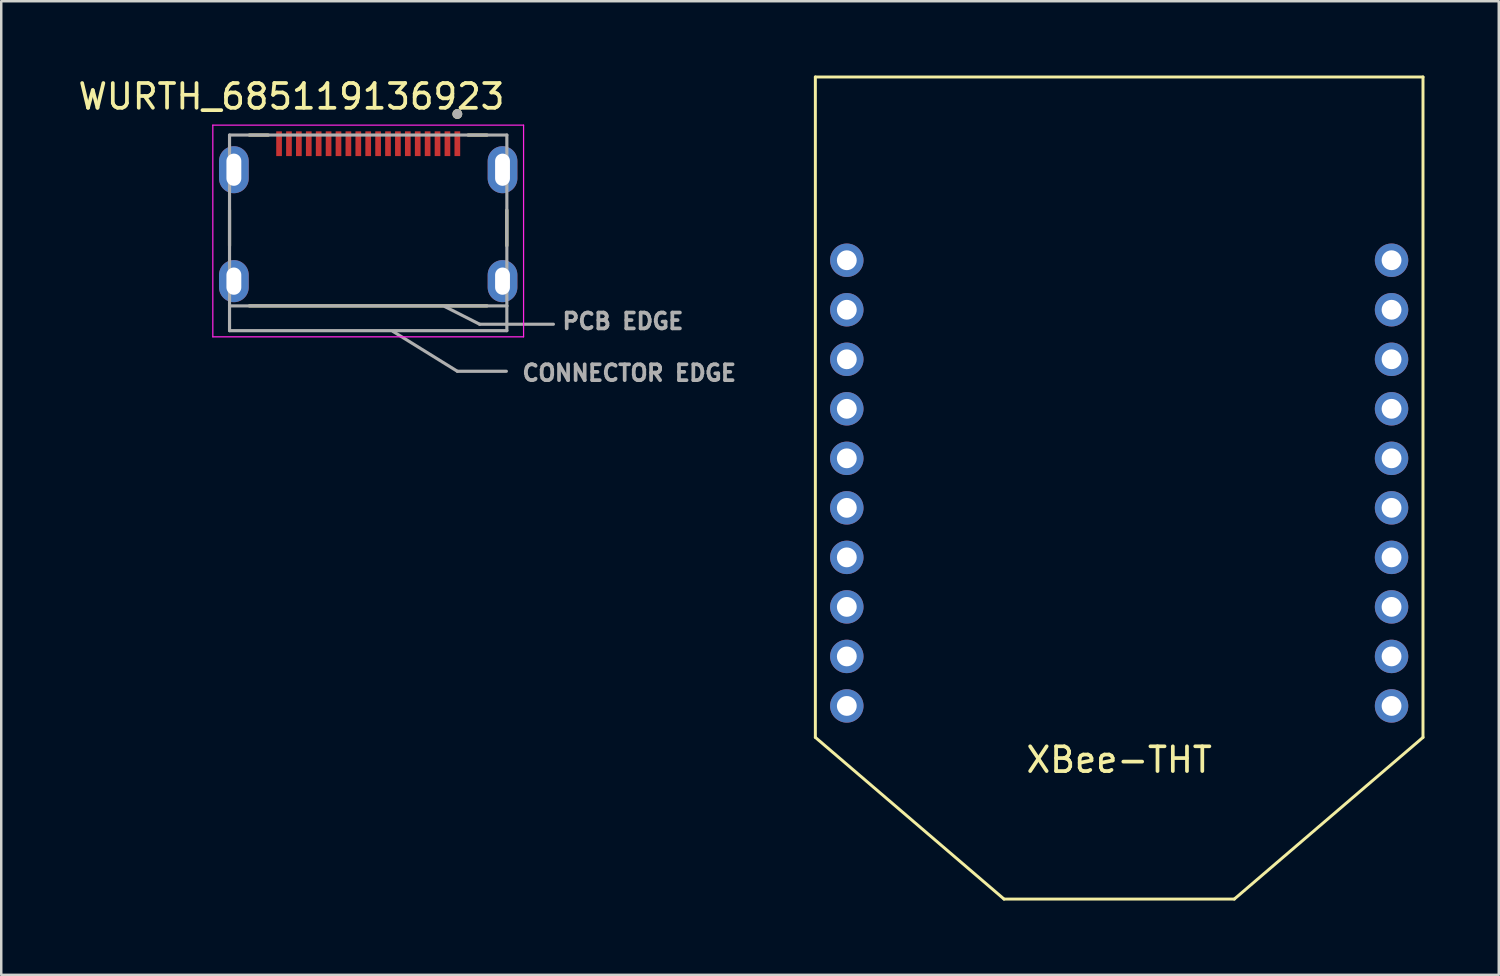
<source format=kicad_pcb>
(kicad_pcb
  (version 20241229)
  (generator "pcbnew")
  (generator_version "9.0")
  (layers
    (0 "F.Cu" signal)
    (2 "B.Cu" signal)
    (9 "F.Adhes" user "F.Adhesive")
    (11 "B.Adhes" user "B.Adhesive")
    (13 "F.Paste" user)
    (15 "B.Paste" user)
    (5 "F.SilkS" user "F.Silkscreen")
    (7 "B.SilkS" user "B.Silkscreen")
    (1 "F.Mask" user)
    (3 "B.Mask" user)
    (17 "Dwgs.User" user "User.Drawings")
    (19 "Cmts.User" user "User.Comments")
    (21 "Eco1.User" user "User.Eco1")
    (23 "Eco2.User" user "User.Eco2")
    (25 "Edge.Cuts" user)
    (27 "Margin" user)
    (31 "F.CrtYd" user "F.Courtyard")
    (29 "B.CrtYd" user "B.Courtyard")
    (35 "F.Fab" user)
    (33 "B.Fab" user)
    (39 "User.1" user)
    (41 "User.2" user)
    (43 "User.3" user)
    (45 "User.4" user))
  (footprint "WURTH_685119136923"
    (layer "F.Cu")
    (at 11.82 2.754)
    (property "Reference" "WURTH_685119136923" (at -3.1 -1.906 0) (layer "F.SilkS") (effects (font (size 1 1) (thickness 0.15))))
    (attr through_hole)
    (fp_line (start -5.6 4.12) (end -5.6 2.68) (stroke (width 0.127) (type solid)) (layer "F.SilkS"))
    (fp_line (start -4.8 -0.35) (end -4.035 -0.35) (stroke (width 0.127) (type solid)) (layer "F.SilkS"))
    (fp_line (start -4.8 6.55) (end 4.8 6.55) (stroke (width 0.127) (type solid)) (layer "F.SilkS"))
    (fp_line (start 4.8 -0.35) (end 4.035 -0.35) (stroke (width 0.127) (type solid)) (layer "F.SilkS"))
    (fp_line (start 5.6 4.12) (end 5.6 2.68) (stroke (width 0.127) (type solid)) (layer "F.SilkS"))
    (fp_circle (center 3.6 -1.2) (end 3.7 -1.2) (stroke (width 0.2) (type solid)) (fill no) (layer "F.SilkS"))
    (fp_line (start -6.275 -0.75) (end 6.275 -0.75) (stroke (width 0.05) (type solid)) (layer "F.CrtYd"))
    (fp_line (start -6.275 7.8) (end -6.275 -0.75) (stroke (width 0.05) (type solid)) (layer "F.CrtYd"))
    (fp_line (start 6.275 -0.75) (end 6.275 7.8) (stroke (width 0.05) (type solid)) (layer "F.CrtYd"))
    (fp_line (start 6.275 7.8) (end -6.275 7.8) (stroke (width 0.05) (type solid)) (layer "F.CrtYd"))
    (fp_line (start -5.6 -0.35) (end -5.6 6.55) (stroke (width 0.127) (type solid)) (layer "F.Fab"))
    (fp_line (start -5.6 6.55) (end -5.6 7.55) (stroke (width 0.127) (type solid)) (layer "F.Fab"))
    (fp_line (start -5.6 7.55) (end 5.6 7.55) (stroke (width 0.127) (type solid)) (layer "F.Fab"))
    (fp_line (start 1 7.58) (end 3.6 9.19) (stroke (width 0.127) (type solid)) (layer "F.Fab"))
    (fp_line (start 3.1 6.58) (end 4.5 7.29) (stroke (width 0.127) (type solid)) (layer "F.Fab"))
    (fp_line (start 3.6 9.19) (end 5.58 9.19) (stroke (width 0.127) (type solid)) (layer "F.Fab"))
    (fp_line (start 4.5 7.29) (end 7.48 7.29) (stroke (width 0.127) (type solid)) (layer "F.Fab"))
    (fp_line (start 5.6 -0.35) (end -5.6 -0.35) (stroke (width 0.127) (type solid)) (layer "F.Fab"))
    (fp_line (start 5.6 6.55) (end -5.6 6.55) (stroke (width 0.127) (type solid)) (layer "F.Fab"))
    (fp_line (start 5.6 6.55) (end 5.6 -0.35) (stroke (width 0.127) (type solid)) (layer "F.Fab"))
    (fp_line (start 5.6 7.55) (end 5.6 6.55) (stroke (width 0.127) (type solid)) (layer "F.Fab"))
    (fp_circle (center 3.6 -1.2) (end 3.7 -1.2) (stroke (width 0.2) (type solid)) (fill no) (layer "F.Fab"))
    (fp_text user "CONNECTOR EDGE" (at 10.541 9.26 0) (layer "F.Fab") (effects (font (size 0.64 0.64) (thickness 0.15))))
    (fp_text user "PCB EDGE" (at 10.287 7.17 0) (layer "F.Fab") (effects (font (size 0.64 0.64) (thickness 0.15))))
    (pad "1" smd rect (at 3.6 0) (size 0.23 1) (layers "F.Cu" "F.Mask" "F.Paste"))
    (pad "2" smd rect (at 3.2 0) (size 0.23 1) (layers "F.Cu" "F.Mask" "F.Paste"))
    (pad "3" smd rect (at 2.8 0) (size 0.23 1) (layers "F.Cu" "F.Mask" "F.Paste"))
    (pad "4" smd rect (at 2.4 0) (size 0.23 1) (layers "F.Cu" "F.Mask" "F.Paste"))
    (pad "5" smd rect (at 2 0) (size 0.23 1) (layers "F.Cu" "F.Mask" "F.Paste"))
    (pad "6" smd rect (at 1.6 0) (size 0.23 1) (layers "F.Cu" "F.Mask" "F.Paste"))
    (pad "7" smd rect (at 1.2 0) (size 0.23 1) (layers "F.Cu" "F.Mask" "F.Paste"))
    (pad "8" smd rect (at 0.8 0) (size 0.23 1) (layers "F.Cu" "F.Mask" "F.Paste"))
    (pad "9" smd rect (at 0.4 0) (size 0.23 1) (layers "F.Cu" "F.Mask" "F.Paste"))
    (pad "10" smd rect (at 0 0) (size 0.23 1) (layers "F.Cu" "F.Mask" "F.Paste"))
    (pad "11" smd rect (at -0.4 0) (size 0.23 1) (layers "F.Cu" "F.Mask" "F.Paste"))
    (pad "12" smd rect (at -0.8 0) (size 0.23 1) (layers "F.Cu" "F.Mask" "F.Paste"))
    (pad "13" smd rect (at -1.2 0) (size 0.23 1) (layers "F.Cu" "F.Mask" "F.Paste"))
    (pad "14" smd rect (at -1.6 0) (size 0.23 1) (layers "F.Cu" "F.Mask" "F.Paste"))
    (pad "15" smd rect (at -2 0) (size 0.23 1) (layers "F.Cu" "F.Mask" "F.Paste"))
    (pad "16" smd rect (at -2.4 0) (size 0.23 1) (layers "F.Cu" "F.Mask" "F.Paste"))
    (pad "17" smd rect (at -2.8 0) (size 0.23 1) (layers "F.Cu" "F.Mask" "F.Paste"))
    (pad "18" smd rect (at -3.2 0) (size 0.23 1) (layers "F.Cu" "F.Mask" "F.Paste"))
    (pad "19" smd rect (at -3.6 0) (size 0.23 1) (layers "F.Cu" "F.Mask" "F.Paste"))
    (pad "SH" thru_hole oval (at -5.425 1.05) (size 1.2 1.9) (drill oval 0.6 1.3) (layers "*.Cu" "*.Mask"))
    (pad "SH" thru_hole oval (at -5.425 5.55) (size 1.2 1.7) (drill oval 0.6 1.1) (layers "*.Cu" "*.Mask"))
    (pad "SH" thru_hole oval (at 5.425 1.05) (size 1.2 1.9) (drill oval 0.6 1.3) (layers "*.Cu" "*.Mask"))
    (pad "SH" thru_hole oval (at 5.425 5.55) (size 1.2 1.7) (drill oval 0.6 1.1) (layers "*.Cu" "*.Mask")))
  (footprint "XBee-THT"
    (layer "F.Cu")
    (at 31.149 25.46)
    (property "Reference" "XBee-THT" (at 11 2.175 180) (layer "F.SilkS") (effects (font (size 1 1) (thickness 0.15))))
    (attr through_hole)
    (fp_line (start -1.27 -25.4) (end 23.27 -25.4) (stroke (width 0.12) (type solid)) (layer "F.SilkS"))
    (fp_line (start -1.27 1.27) (end -1.27 -25.4) (stroke (width 0.12) (type solid)) (layer "F.SilkS"))
    (fp_line (start -1.27 1.27) (end 6.35 7.8) (stroke (width 0.12) (type solid)) (layer "F.SilkS"))
    (fp_line (start 6.35 7.8) (end 15.65 7.8) (stroke (width 0.12) (type solid)) (layer "F.SilkS"))
    (fp_line (start 23.27 -25.4) (end 23.27 1.27) (stroke (width 0.12) (type solid)) (layer "F.SilkS"))
    (fp_line (start 23.27 1.27) (end 15.65 7.8) (stroke (width 0.12) (type solid)) (layer "F.SilkS"))
    (pad "1" thru_hole circle (at 22 0 90) (size 1.35 1.35) (drill 0.8) (layers "*.Cu" "*.Mask"))
    (pad "2" thru_hole circle (at 22 -2 90) (size 1.35 1.35) (drill 0.8) (layers "*.Cu" "*.Mask"))
    (pad "3" thru_hole circle (at 22 -4 90) (size 1.35 1.35) (drill 0.8) (layers "*.Cu" "*.Mask"))
    (pad "4" thru_hole circle (at 22 -6 90) (size 1.35 1.35) (drill 0.8) (layers "*.Cu" "*.Mask"))
    (pad "5" thru_hole circle (at 22 -8 90) (size 1.35 1.35) (drill 0.8) (layers "*.Cu" "*.Mask"))
    (pad "6" thru_hole circle (at 22 -10 90) (size 1.35 1.35) (drill 0.8) (layers "*.Cu" "*.Mask"))
    (pad "7" thru_hole circle (at 22 -12 90) (size 1.35 1.35) (drill 0.8) (layers "*.Cu" "*.Mask"))
    (pad "8" thru_hole circle (at 22 -14 90) (size 1.35 1.35) (drill 0.8) (layers "*.Cu" "*.Mask"))
    (pad "9" thru_hole circle (at 22 -16 90) (size 1.35 1.35) (drill 0.8) (layers "*.Cu" "*.Mask"))
    (pad "10" thru_hole circle (at 22 -18 90) (size 1.35 1.35) (drill 0.8) (layers "*.Cu" "*.Mask"))
    (pad "11" thru_hole circle (at 0 -18 90) (size 1.35 1.35) (drill 0.8) (layers "*.Cu" "*.Mask"))
    (pad "12" thru_hole circle (at 0 -16 90) (size 1.35 1.35) (drill 0.8) (layers "*.Cu" "*.Mask"))
    (pad "13" thru_hole circle (at 0 -14 90) (size 1.35 1.35) (drill 0.8) (layers "*.Cu" "*.Mask"))
    (pad "14" thru_hole circle (at 0 -12 90) (size 1.35 1.35) (drill 0.8) (layers "*.Cu" "*.Mask"))
    (pad "15" thru_hole circle (at 0 -10 90) (size 1.35 1.35) (drill 0.8) (layers "*.Cu" "*.Mask"))
    (pad "16" thru_hole circle (at 0 -8 90) (size 1.35 1.35) (drill 0.8) (layers "*.Cu" "*.Mask"))
    (pad "17" thru_hole circle (at 0 -6 90) (size 1.35 1.35) (drill 0.8) (layers "*.Cu" "*.Mask"))
    (pad "18" thru_hole circle (at 0 -4 90) (size 1.35 1.35) (drill 0.8) (layers "*.Cu" "*.Mask"))
    (pad "19" thru_hole circle (at 0 -2 90) (size 1.35 1.35) (drill 0.8) (layers "*.Cu" "*.Mask"))
    (pad "20" thru_hole circle (at 0 0 90) (size 1.35 1.35) (drill 0.8) (layers "*.Cu" "*.Mask")))
  (gr_rect
    (start -3 -3)
    (end 57.479 36.32)
    (stroke (width 0.1) (type default))
    (fill no)
    (layer "Edge.Cuts")))
</source>
